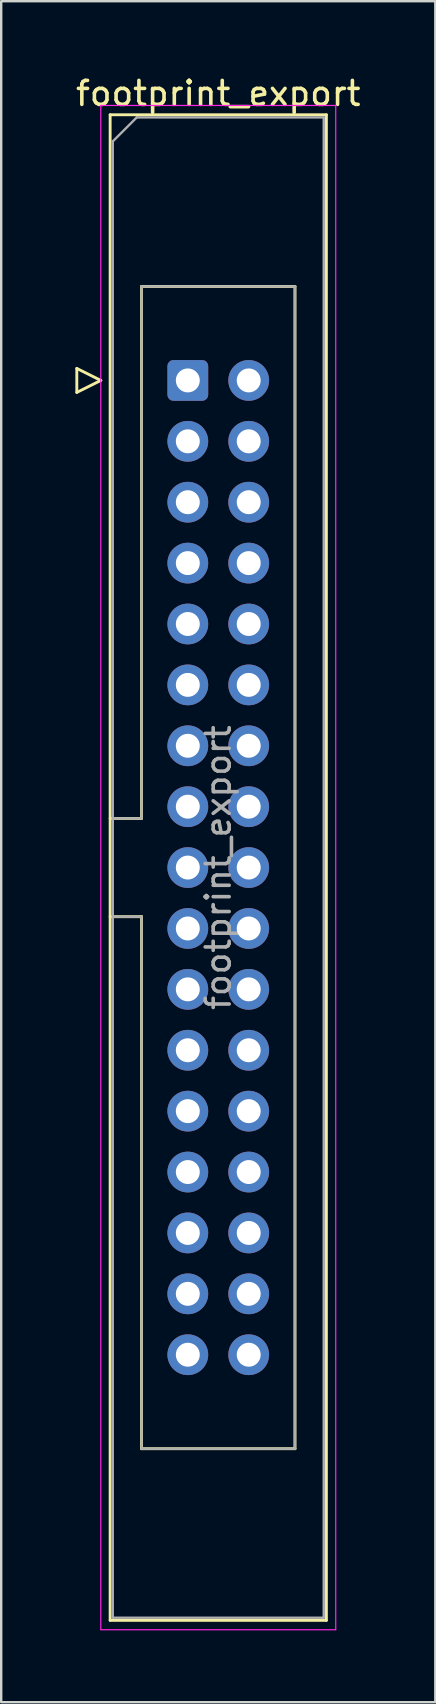
<source format=kicad_pcb>
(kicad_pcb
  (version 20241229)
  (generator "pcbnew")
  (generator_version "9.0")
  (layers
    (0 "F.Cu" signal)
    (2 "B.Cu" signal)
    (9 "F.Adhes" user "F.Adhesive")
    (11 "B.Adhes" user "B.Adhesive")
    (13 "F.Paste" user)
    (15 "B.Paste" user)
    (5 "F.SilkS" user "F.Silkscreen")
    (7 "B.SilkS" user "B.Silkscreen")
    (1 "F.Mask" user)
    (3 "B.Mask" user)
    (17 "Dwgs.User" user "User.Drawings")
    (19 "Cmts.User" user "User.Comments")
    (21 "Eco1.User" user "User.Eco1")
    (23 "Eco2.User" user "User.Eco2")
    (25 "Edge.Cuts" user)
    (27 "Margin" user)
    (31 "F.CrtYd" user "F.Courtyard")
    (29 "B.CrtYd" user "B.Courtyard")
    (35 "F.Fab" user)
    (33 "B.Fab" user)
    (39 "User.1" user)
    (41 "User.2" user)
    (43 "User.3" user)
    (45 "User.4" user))
  (footprint "footprint_export"
    (layer "F.Cu")
    (at 4.784 12.818)
    (property "Reference" "footprint_export" (at 1.27 -11.97 0) (layer "F.SilkS") (effects (font (size 1 1) (thickness 0.15))))
    (attr through_hole)
    (fp_line (start -4.63 -0.5) (end -4.63 0.5) (stroke (width 0.12) (type solid)) (layer "F.SilkS"))
    (fp_line (start -4.63 0.5) (end -3.63 0) (stroke (width 0.12) (type solid)) (layer "F.SilkS"))
    (fp_line (start -3.63 0) (end -4.63 -0.5) (stroke (width 0.12) (type solid)) (layer "F.SilkS"))
    (fp_line (start -3.24 -11.08) (end 5.78 -11.08) (stroke (width 0.12) (type solid)) (layer "F.SilkS"))
    (fp_line (start -3.24 18.27) (end -1.93 18.27) (stroke (width 0.12) (type solid)) (layer "F.SilkS"))
    (fp_line (start -3.24 51.72) (end -3.24 -11.08) (stroke (width 0.12) (type solid)) (layer "F.SilkS"))
    (fp_line (start -1.93 -3.92) (end 4.47 -3.92) (stroke (width 0.12) (type solid)) (layer "F.SilkS"))
    (fp_line (start -1.93 18.27) (end -1.93 -3.92) (stroke (width 0.12) (type solid)) (layer "F.SilkS"))
    (fp_line (start -1.93 22.37) (end -3.24 22.37) (stroke (width 0.12) (type solid)) (layer "F.SilkS"))
    (fp_line (start -1.93 22.37) (end -1.93 22.37) (stroke (width 0.12) (type solid)) (layer "F.SilkS"))
    (fp_line (start -1.93 44.56) (end -1.93 22.37) (stroke (width 0.12) (type solid)) (layer "F.SilkS"))
    (fp_line (start 4.47 -3.92) (end 4.47 44.56) (stroke (width 0.12) (type solid)) (layer "F.SilkS"))
    (fp_line (start 4.47 44.56) (end -1.93 44.56) (stroke (width 0.12) (type solid)) (layer "F.SilkS"))
    (fp_line (start 5.78 -11.08) (end 5.78 51.72) (stroke (width 0.12) (type solid)) (layer "F.SilkS"))
    (fp_line (start 5.78 51.72) (end -3.24 51.72) (stroke (width 0.12) (type solid)) (layer "F.SilkS"))
    (fp_line (start -3.63 -11.47) (end -3.63 52.11) (stroke (width 0.05) (type solid)) (layer "F.CrtYd"))
    (fp_line (start -3.63 52.11) (end 6.17 52.11) (stroke (width 0.05) (type solid)) (layer "F.CrtYd"))
    (fp_line (start 6.17 -11.47) (end -3.63 -11.47) (stroke (width 0.05) (type solid)) (layer "F.CrtYd"))
    (fp_line (start 6.17 52.11) (end 6.17 -11.47) (stroke (width 0.05) (type solid)) (layer "F.CrtYd"))
    (fp_line (start -3.13 -9.97) (end -2.13 -10.97) (stroke (width 0.1) (type solid)) (layer "F.Fab"))
    (fp_line (start -3.13 18.27) (end -1.93 18.27) (stroke (width 0.1) (type solid)) (layer "F.Fab"))
    (fp_line (start -3.13 51.61) (end -3.13 -9.97) (stroke (width 0.1) (type solid)) (layer "F.Fab"))
    (fp_line (start -2.13 -10.97) (end 5.67 -10.97) (stroke (width 0.1) (type solid)) (layer "F.Fab"))
    (fp_line (start -1.93 -3.92) (end 4.47 -3.92) (stroke (width 0.1) (type solid)) (layer "F.Fab"))
    (fp_line (start -1.93 18.27) (end -1.93 -3.92) (stroke (width 0.1) (type solid)) (layer "F.Fab"))
    (fp_line (start -1.93 22.37) (end -3.13 22.37) (stroke (width 0.1) (type solid)) (layer "F.Fab"))
    (fp_line (start -1.93 22.37) (end -1.93 22.37) (stroke (width 0.1) (type solid)) (layer "F.Fab"))
    (fp_line (start -1.93 44.56) (end -1.93 22.37) (stroke (width 0.1) (type solid)) (layer "F.Fab"))
    (fp_line (start 4.47 -3.92) (end 4.47 44.56) (stroke (width 0.1) (type solid)) (layer "F.Fab"))
    (fp_line (start 4.47 44.56) (end -1.93 44.56) (stroke (width 0.1) (type solid)) (layer "F.Fab"))
    (fp_line (start 5.67 -10.97) (end 5.67 51.61) (stroke (width 0.1) (type solid)) (layer "F.Fab"))
    (fp_line (start 5.67 51.61) (end -3.13 51.61) (stroke (width 0.1) (type solid)) (layer "F.Fab"))
    (fp_text user "${REFERENCE}" (at 1.27 20.32 90) (layer "F.Fab") (effects (font (size 1 1) (thickness 0.15))))
    (pad "1" thru_hole roundrect (at 0 0) (size 1.7 1.7) (drill 1) (layers "*.Cu" "*.Mask") (roundrect_rratio 0.147))
    (pad "2" thru_hole circle (at 2.54 0) (size 1.7 1.7) (drill 1) (layers "*.Cu" "*.Mask"))
    (pad "3" thru_hole circle (at 0 2.54) (size 1.7 1.7) (drill 1) (layers "*.Cu" "*.Mask"))
    (pad "4" thru_hole circle (at 2.54 2.54) (size 1.7 1.7) (drill 1) (layers "*.Cu" "*.Mask"))
    (pad "5" thru_hole circle (at 0 5.08) (size 1.7 1.7) (drill 1) (layers "*.Cu" "*.Mask"))
    (pad "6" thru_hole circle (at 2.54 5.08) (size 1.7 1.7) (drill 1) (layers "*.Cu" "*.Mask"))
    (pad "7" thru_hole circle (at 0 7.62) (size 1.7 1.7) (drill 1) (layers "*.Cu" "*.Mask"))
    (pad "8" thru_hole circle (at 2.54 7.62) (size 1.7 1.7) (drill 1) (layers "*.Cu" "*.Mask"))
    (pad "9" thru_hole circle (at 0 10.16) (size 1.7 1.7) (drill 1) (layers "*.Cu" "*.Mask"))
    (pad "10" thru_hole circle (at 2.54 10.16) (size 1.7 1.7) (drill 1) (layers "*.Cu" "*.Mask"))
    (pad "11" thru_hole circle (at 0 12.7) (size 1.7 1.7) (drill 1) (layers "*.Cu" "*.Mask"))
    (pad "12" thru_hole circle (at 2.54 12.7) (size 1.7 1.7) (drill 1) (layers "*.Cu" "*.Mask"))
    (pad "13" thru_hole circle (at 0 15.24) (size 1.7 1.7) (drill 1) (layers "*.Cu" "*.Mask"))
    (pad "14" thru_hole circle (at 2.54 15.24) (size 1.7 1.7) (drill 1) (layers "*.Cu" "*.Mask"))
    (pad "15" thru_hole circle (at 0 17.78) (size 1.7 1.7) (drill 1) (layers "*.Cu" "*.Mask"))
    (pad "16" thru_hole circle (at 2.54 17.78) (size 1.7 1.7) (drill 1) (layers "*.Cu" "*.Mask"))
    (pad "17" thru_hole circle (at 0 20.32) (size 1.7 1.7) (drill 1) (layers "*.Cu" "*.Mask"))
    (pad "18" thru_hole circle (at 2.54 20.32) (size 1.7 1.7) (drill 1) (layers "*.Cu" "*.Mask"))
    (pad "19" thru_hole circle (at 0 22.86) (size 1.7 1.7) (drill 1) (layers "*.Cu" "*.Mask"))
    (pad "20" thru_hole circle (at 2.54 22.86) (size 1.7 1.7) (drill 1) (layers "*.Cu" "*.Mask"))
    (pad "21" thru_hole circle (at 0 25.4) (size 1.7 1.7) (drill 1) (layers "*.Cu" "*.Mask"))
    (pad "22" thru_hole circle (at 2.54 25.4) (size 1.7 1.7) (drill 1) (layers "*.Cu" "*.Mask"))
    (pad "23" thru_hole circle (at 0 27.94) (size 1.7 1.7) (drill 1) (layers "*.Cu" "*.Mask"))
    (pad "24" thru_hole circle (at 2.54 27.94) (size 1.7 1.7) (drill 1) (layers "*.Cu" "*.Mask"))
    (pad "25" thru_hole circle (at 0 30.48) (size 1.7 1.7) (drill 1) (layers "*.Cu" "*.Mask"))
    (pad "26" thru_hole circle (at 2.54 30.48) (size 1.7 1.7) (drill 1) (layers "*.Cu" "*.Mask"))
    (pad "27" thru_hole circle (at 0 33.02) (size 1.7 1.7) (drill 1) (layers "*.Cu" "*.Mask"))
    (pad "28" thru_hole circle (at 2.54 33.02) (size 1.7 1.7) (drill 1) (layers "*.Cu" "*.Mask"))
    (pad "29" thru_hole circle (at 0 35.56) (size 1.7 1.7) (drill 1) (layers "*.Cu" "*.Mask"))
    (pad "30" thru_hole circle (at 2.54 35.56) (size 1.7 1.7) (drill 1) (layers "*.Cu" "*.Mask"))
    (pad "31" thru_hole circle (at 0 38.1) (size 1.7 1.7) (drill 1) (layers "*.Cu" "*.Mask"))
    (pad "32" thru_hole circle (at 2.54 38.1) (size 1.7 1.7) (drill 1) (layers "*.Cu" "*.Mask"))
    (pad "33" thru_hole circle (at 0 40.64) (size 1.7 1.7) (drill 1) (layers "*.Cu" "*.Mask"))
    (pad "34" thru_hole circle (at 2.54 40.64) (size 1.7 1.7) (drill 1) (layers "*.Cu" "*.Mask")))
  (gr_rect
    (start -3 -3)
    (end 15.107 67.953)
    (stroke (width 0.1) (type default))
    (fill no)
    (layer "Edge.Cuts")))
</source>
